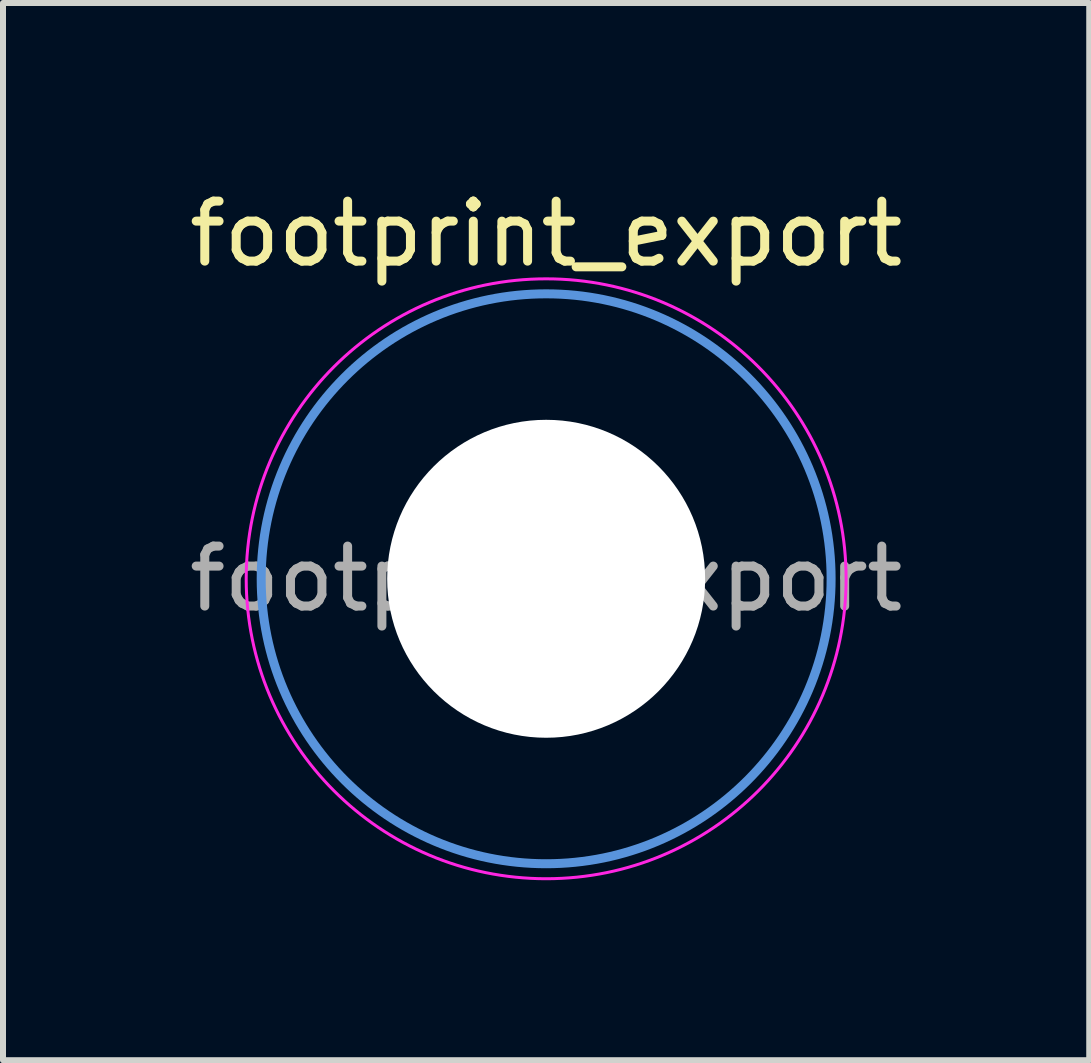
<source format=kicad_pcb>
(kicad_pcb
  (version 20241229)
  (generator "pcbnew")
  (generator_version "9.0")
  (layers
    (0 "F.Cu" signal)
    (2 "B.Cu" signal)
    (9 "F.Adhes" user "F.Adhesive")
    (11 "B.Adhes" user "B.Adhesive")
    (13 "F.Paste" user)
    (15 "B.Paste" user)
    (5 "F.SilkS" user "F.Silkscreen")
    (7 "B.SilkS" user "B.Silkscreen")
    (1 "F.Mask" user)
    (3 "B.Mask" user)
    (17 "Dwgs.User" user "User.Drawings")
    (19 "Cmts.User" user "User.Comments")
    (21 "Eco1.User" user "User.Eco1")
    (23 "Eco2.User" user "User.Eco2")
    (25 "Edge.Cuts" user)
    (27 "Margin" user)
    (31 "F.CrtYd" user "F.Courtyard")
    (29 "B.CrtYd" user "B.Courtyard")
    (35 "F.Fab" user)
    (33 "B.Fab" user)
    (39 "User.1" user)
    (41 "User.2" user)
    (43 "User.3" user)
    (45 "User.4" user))
  (footprint "footprint_export"
    (layer "F.Cu")
    (at 6.054 6.598)
    (property "Reference" "footprint_export" (at 0 -5.75 0) (layer "F.SilkS") (effects (font (size 1 1) (thickness 0.15))))
    (attr exclude_from_pos_files exclude_from_bom)
    (fp_circle (center 0 0) (end 4.75 0) (stroke (width 0.15) (type solid)) (fill no) (layer "Cmts.User"))
    (fp_circle (center 0 0) (end 5 0) (stroke (width 0.05) (type solid)) (fill no) (layer "F.CrtYd"))
    (fp_text user "${REFERENCE}" (at 0 0 0) (layer "F.Fab") (effects (font (size 1 1) (thickness 0.15))))
    (pad "" np_thru_hole circle (at 0 0) (size 5.3 5.3) (drill 5.3) (layers "*.Cu" "*.Mask")))
  (gr_rect
    (start -3 -3)
    (end 15.107 14.623)
    (stroke (width 0.1) (type default))
    (fill no)
    (layer "Edge.Cuts")))
</source>
